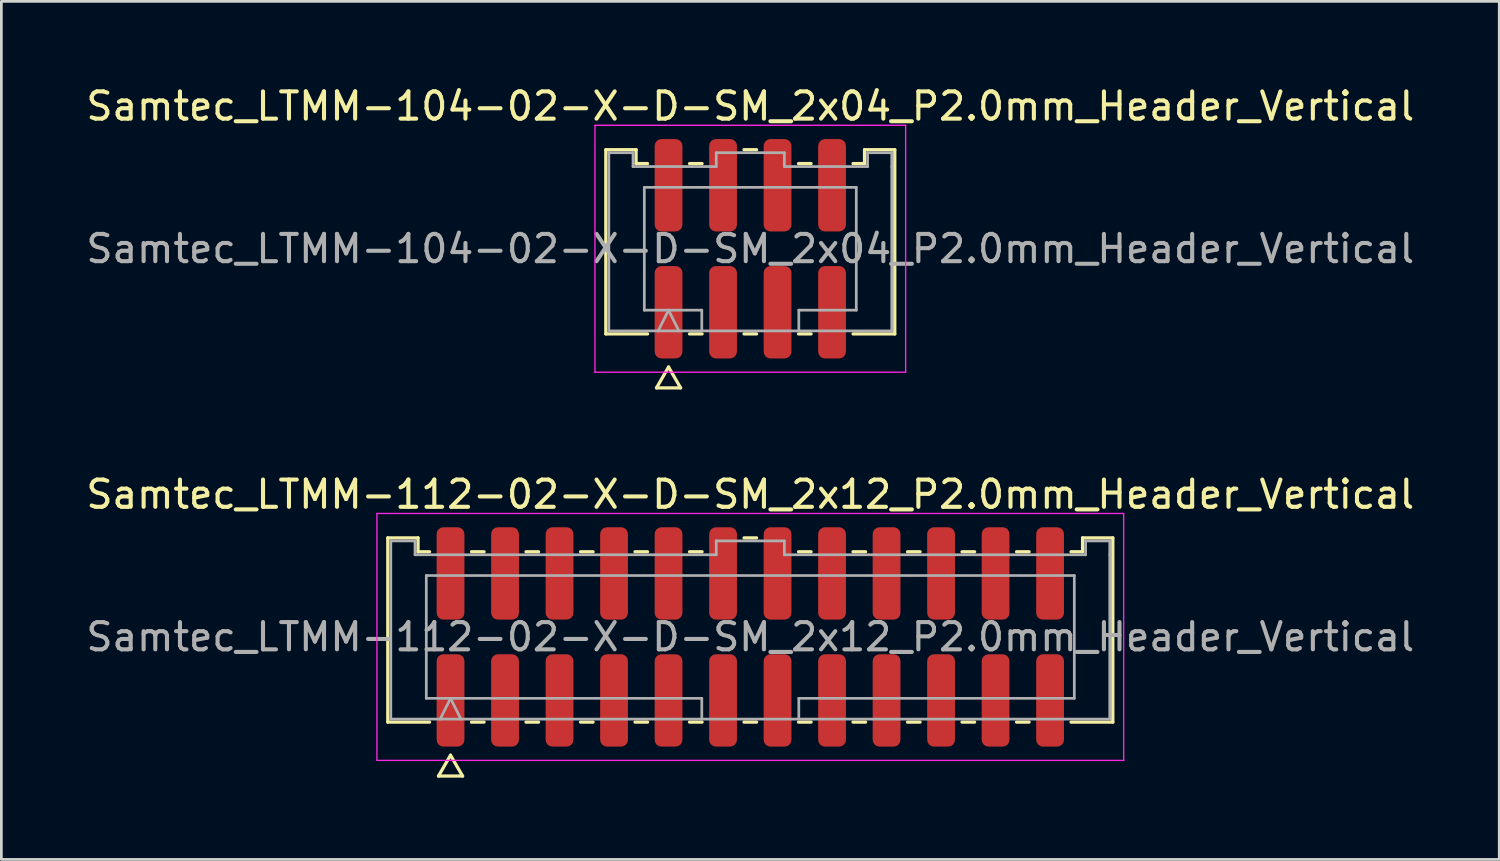
<source format=kicad_pcb>
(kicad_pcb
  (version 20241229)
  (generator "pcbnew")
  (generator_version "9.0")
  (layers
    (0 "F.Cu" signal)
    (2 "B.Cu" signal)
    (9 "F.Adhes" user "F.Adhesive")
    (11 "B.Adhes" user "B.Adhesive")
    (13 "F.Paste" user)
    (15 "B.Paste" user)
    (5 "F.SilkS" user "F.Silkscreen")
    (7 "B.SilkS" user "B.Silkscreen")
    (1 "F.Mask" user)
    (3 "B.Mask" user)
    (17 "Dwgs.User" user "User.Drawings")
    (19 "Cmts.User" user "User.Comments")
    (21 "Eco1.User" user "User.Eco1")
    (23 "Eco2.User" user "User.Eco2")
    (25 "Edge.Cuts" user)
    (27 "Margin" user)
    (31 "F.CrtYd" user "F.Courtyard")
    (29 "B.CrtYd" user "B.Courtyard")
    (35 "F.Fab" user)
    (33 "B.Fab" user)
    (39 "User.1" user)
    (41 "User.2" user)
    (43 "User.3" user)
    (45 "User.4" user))
  (footprint "Samtec_LTMM-112-02-X-D-SM_2x12_P2.0mm_Header_Vertical"
    (layer "F.Cu")
    (at 24.482 20.322)
    (property "Reference" "Samtec_LTMM-112-02-X-D-SM_2x12_P2.0mm_Header_Vertical" (at 0 -5.23 0) (layer "F.SilkS") (effects (font (size 1 1) (thickness 0.15))))
    (attr smd)
    (fp_line (start -13.302 -3.635) (end -12.193 -3.635) (stroke (width 0.12) (type solid)) (layer "F.SilkS"))
    (fp_line (start -13.302 3.125) (end -13.302 -3.635) (stroke (width 0.12) (type solid)) (layer "F.SilkS"))
    (fp_line (start -12.193 -3.635) (end -12.193 -3.125) (stroke (width 0.12) (type solid)) (layer "F.SilkS"))
    (fp_line (start -12.193 -3.125) (end -11.77 -3.125) (stroke (width 0.12) (type solid)) (layer "F.SilkS"))
    (fp_line (start -11.77 3.125) (end -13.302 3.125) (stroke (width 0.12) (type solid)) (layer "F.SilkS"))
    (fp_line (start -11.442 5.105) (end -11 4.34) (stroke (width 0.12) (type solid)) (layer "F.SilkS"))
    (fp_line (start -11 4.34) (end -10.558 5.105) (stroke (width 0.12) (type solid)) (layer "F.SilkS"))
    (fp_line (start -10.558 5.105) (end -11.442 5.105) (stroke (width 0.12) (type solid)) (layer "F.SilkS"))
    (fp_line (start -10.23 -3.125) (end -9.77 -3.125) (stroke (width 0.12) (type solid)) (layer "F.SilkS"))
    (fp_line (start -9.77 3.125) (end -10.23 3.125) (stroke (width 0.12) (type solid)) (layer "F.SilkS"))
    (fp_line (start -8.23 -3.125) (end -7.77 -3.125) (stroke (width 0.12) (type solid)) (layer "F.SilkS"))
    (fp_line (start -7.77 3.125) (end -8.23 3.125) (stroke (width 0.12) (type solid)) (layer "F.SilkS"))
    (fp_line (start -6.23 -3.125) (end -5.77 -3.125) (stroke (width 0.12) (type solid)) (layer "F.SilkS"))
    (fp_line (start -5.77 3.125) (end -6.23 3.125) (stroke (width 0.12) (type solid)) (layer "F.SilkS"))
    (fp_line (start -4.23 -3.125) (end -3.77 -3.125) (stroke (width 0.12) (type solid)) (layer "F.SilkS"))
    (fp_line (start -3.77 3.125) (end -4.23 3.125) (stroke (width 0.12) (type solid)) (layer "F.SilkS"))
    (fp_line (start -2.23 -3.125) (end -1.77 -3.125) (stroke (width 0.12) (type solid)) (layer "F.SilkS"))
    (fp_line (start -1.77 3.125) (end -2.23 3.125) (stroke (width 0.12) (type solid)) (layer "F.SilkS"))
    (fp_line (start -0.23 -3.635) (end 0.23 -3.635) (stroke (width 0.12) (type solid)) (layer "F.SilkS"))
    (fp_line (start 0.23 3.125) (end -0.23 3.125) (stroke (width 0.12) (type solid)) (layer "F.SilkS"))
    (fp_line (start 1.77 -3.125) (end 2.23 -3.125) (stroke (width 0.12) (type solid)) (layer "F.SilkS"))
    (fp_line (start 2.23 3.125) (end 1.77 3.125) (stroke (width 0.12) (type solid)) (layer "F.SilkS"))
    (fp_line (start 3.77 -3.125) (end 4.23 -3.125) (stroke (width 0.12) (type solid)) (layer "F.SilkS"))
    (fp_line (start 4.23 3.125) (end 3.77 3.125) (stroke (width 0.12) (type solid)) (layer "F.SilkS"))
    (fp_line (start 5.77 -3.125) (end 6.23 -3.125) (stroke (width 0.12) (type solid)) (layer "F.SilkS"))
    (fp_line (start 6.23 3.125) (end 5.77 3.125) (stroke (width 0.12) (type solid)) (layer "F.SilkS"))
    (fp_line (start 7.77 -3.125) (end 8.23 -3.125) (stroke (width 0.12) (type solid)) (layer "F.SilkS"))
    (fp_line (start 8.23 3.125) (end 7.77 3.125) (stroke (width 0.12) (type solid)) (layer "F.SilkS"))
    (fp_line (start 9.77 -3.125) (end 10.23 -3.125) (stroke (width 0.12) (type solid)) (layer "F.SilkS"))
    (fp_line (start 10.23 3.125) (end 9.77 3.125) (stroke (width 0.12) (type solid)) (layer "F.SilkS"))
    (fp_line (start 11.77 -3.125) (end 12.193 -3.125) (stroke (width 0.12) (type solid)) (layer "F.SilkS"))
    (fp_line (start 12.193 -3.635) (end 13.302 -3.635) (stroke (width 0.12) (type solid)) (layer "F.SilkS"))
    (fp_line (start 12.193 -3.125) (end 12.193 -3.635) (stroke (width 0.12) (type solid)) (layer "F.SilkS"))
    (fp_line (start 13.302 -3.635) (end 13.302 3.125) (stroke (width 0.12) (type solid)) (layer "F.SilkS"))
    (fp_line (start 13.302 3.125) (end 11.77 3.125) (stroke (width 0.12) (type solid)) (layer "F.SilkS"))
    (fp_line (start -13.7 -4.53) (end -13.7 4.53) (stroke (width 0.05) (type solid)) (layer "F.CrtYd"))
    (fp_line (start -13.7 4.53) (end 13.7 4.53) (stroke (width 0.05) (type solid)) (layer "F.CrtYd"))
    (fp_line (start 13.7 -4.53) (end -13.7 -4.53) (stroke (width 0.05) (type solid)) (layer "F.CrtYd"))
    (fp_line (start 13.7 4.53) (end 13.7 -4.53) (stroke (width 0.05) (type solid)) (layer "F.CrtYd"))
    (fp_line (start -13.191 -3.525) (end -12.303 -3.525) (stroke (width 0.1) (type solid)) (layer "F.Fab"))
    (fp_line (start -13.191 3.015) (end -13.191 -3.525) (stroke (width 0.1) (type solid)) (layer "F.Fab"))
    (fp_line (start -12.303 -3.525) (end -12.303 -3.015) (stroke (width 0.1) (type solid)) (layer "F.Fab"))
    (fp_line (start -12.303 -3.015) (end -1.25 -3.015) (stroke (width 0.1) (type solid)) (layer "F.Fab"))
    (fp_line (start -11.889 -2.253) (end 11.889 -2.253) (stroke (width 0.1) (type solid)) (layer "F.Fab"))
    (fp_line (start -11.889 2.253) (end -11.889 -2.253) (stroke (width 0.1) (type solid)) (layer "F.Fab"))
    (fp_line (start -11.381 3.015) (end -11 2.253) (stroke (width 0.1) (type solid)) (layer "F.Fab"))
    (fp_line (start -11 2.253) (end -10.619 3.015) (stroke (width 0.1) (type solid)) (layer "F.Fab"))
    (fp_line (start -1.78 2.253) (end -11.889 2.253) (stroke (width 0.1) (type solid)) (layer "F.Fab"))
    (fp_line (start -1.78 3.015) (end -1.78 2.253) (stroke (width 0.1) (type solid)) (layer "F.Fab"))
    (fp_line (start -1.25 -3.525) (end 1.25 -3.525) (stroke (width 0.1) (type solid)) (layer "F.Fab"))
    (fp_line (start -1.25 -3.015) (end -1.25 -3.525) (stroke (width 0.1) (type solid)) (layer "F.Fab"))
    (fp_line (start 1.25 -3.525) (end 1.25 -3.015) (stroke (width 0.1) (type solid)) (layer "F.Fab"))
    (fp_line (start 1.25 -3.015) (end 12.303 -3.015) (stroke (width 0.1) (type solid)) (layer "F.Fab"))
    (fp_line (start 1.78 2.253) (end 1.78 3.015) (stroke (width 0.1) (type solid)) (layer "F.Fab"))
    (fp_line (start 11.889 -2.253) (end 11.889 2.253) (stroke (width 0.1) (type solid)) (layer "F.Fab"))
    (fp_line (start 11.889 2.253) (end 1.78 2.253) (stroke (width 0.1) (type solid)) (layer "F.Fab"))
    (fp_line (start 12.303 -3.525) (end 13.191 -3.525) (stroke (width 0.1) (type solid)) (layer "F.Fab"))
    (fp_line (start 12.303 -3.015) (end 12.303 -3.525) (stroke (width 0.1) (type solid)) (layer "F.Fab"))
    (fp_line (start 13.191 -3.525) (end 13.191 -3.015) (stroke (width 0.1) (type solid)) (layer "F.Fab"))
    (fp_line (start 13.191 -3.015) (end 13.191 3.015) (stroke (width 0.1) (type solid)) (layer "F.Fab"))
    (fp_line (start 13.191 3.015) (end -13.191 3.015) (stroke (width 0.1) (type solid)) (layer "F.Fab"))
    (fp_text user "${REFERENCE}" (at 0 0 0) (layer "F.Fab") (effects (font (size 1 1) (thickness 0.15))))
    (pad "1" smd roundrect (at -11 2.33) (size 1.02 3.39) (layers "F.Cu" "F.Mask" "F.Paste") (roundrect_rratio 0.245))
    (pad "2" smd roundrect (at -11 -2.33) (size 1.02 3.39) (layers "F.Cu" "F.Mask" "F.Paste") (roundrect_rratio 0.245))
    (pad "3" smd roundrect (at -9 2.33) (size 1.02 3.39) (layers "F.Cu" "F.Mask" "F.Paste") (roundrect_rratio 0.245))
    (pad "4" smd roundrect (at -9 -2.33) (size 1.02 3.39) (layers "F.Cu" "F.Mask" "F.Paste") (roundrect_rratio 0.245))
    (pad "5" smd roundrect (at -7 2.33) (size 1.02 3.39) (layers "F.Cu" "F.Mask" "F.Paste") (roundrect_rratio 0.245))
    (pad "6" smd roundrect (at -7 -2.33) (size 1.02 3.39) (layers "F.Cu" "F.Mask" "F.Paste") (roundrect_rratio 0.245))
    (pad "7" smd roundrect (at -5 2.33) (size 1.02 3.39) (layers "F.Cu" "F.Mask" "F.Paste") (roundrect_rratio 0.245))
    (pad "8" smd roundrect (at -5 -2.33) (size 1.02 3.39) (layers "F.Cu" "F.Mask" "F.Paste") (roundrect_rratio 0.245))
    (pad "9" smd roundrect (at -3 2.33) (size 1.02 3.39) (layers "F.Cu" "F.Mask" "F.Paste") (roundrect_rratio 0.245))
    (pad "10" smd roundrect (at -3 -2.33) (size 1.02 3.39) (layers "F.Cu" "F.Mask" "F.Paste") (roundrect_rratio 0.245))
    (pad "11" smd roundrect (at -1 2.33) (size 1.02 3.39) (layers "F.Cu" "F.Mask" "F.Paste") (roundrect_rratio 0.245))
    (pad "12" smd roundrect (at -1 -2.33) (size 1.02 3.39) (layers "F.Cu" "F.Mask" "F.Paste") (roundrect_rratio 0.245))
    (pad "13" smd roundrect (at 1 2.33) (size 1.02 3.39) (layers "F.Cu" "F.Mask" "F.Paste") (roundrect_rratio 0.245))
    (pad "14" smd roundrect (at 1 -2.33) (size 1.02 3.39) (layers "F.Cu" "F.Mask" "F.Paste") (roundrect_rratio 0.245))
    (pad "15" smd roundrect (at 3 2.33) (size 1.02 3.39) (layers "F.Cu" "F.Mask" "F.Paste") (roundrect_rratio 0.245))
    (pad "16" smd roundrect (at 3 -2.33) (size 1.02 3.39) (layers "F.Cu" "F.Mask" "F.Paste") (roundrect_rratio 0.245))
    (pad "17" smd roundrect (at 5 2.33) (size 1.02 3.39) (layers "F.Cu" "F.Mask" "F.Paste") (roundrect_rratio 0.245))
    (pad "18" smd roundrect (at 5 -2.33) (size 1.02 3.39) (layers "F.Cu" "F.Mask" "F.Paste") (roundrect_rratio 0.245))
    (pad "19" smd roundrect (at 7 2.33) (size 1.02 3.39) (layers "F.Cu" "F.Mask" "F.Paste") (roundrect_rratio 0.245))
    (pad "20" smd roundrect (at 7 -2.33) (size 1.02 3.39) (layers "F.Cu" "F.Mask" "F.Paste") (roundrect_rratio 0.245))
    (pad "21" smd roundrect (at 9 2.33) (size 1.02 3.39) (layers "F.Cu" "F.Mask" "F.Paste") (roundrect_rratio 0.245))
    (pad "22" smd roundrect (at 9 -2.33) (size 1.02 3.39) (layers "F.Cu" "F.Mask" "F.Paste") (roundrect_rratio 0.245))
    (pad "23" smd roundrect (at 11 2.33) (size 1.02 3.39) (layers "F.Cu" "F.Mask" "F.Paste") (roundrect_rratio 0.245))
    (pad "24" smd roundrect (at 11 -2.33) (size 1.02 3.39) (layers "F.Cu" "F.Mask" "F.Paste") (roundrect_rratio 0.245)))
  (footprint "Samtec_LTMM-104-02-X-D-SM_2x04_P2.0mm_Header_Vertical"
    (layer "F.Cu")
    (at 24.482 6.078)
    (property "Reference" "Samtec_LTMM-104-02-X-D-SM_2x04_P2.0mm_Header_Vertical" (at 0 -5.23 0) (layer "F.SilkS") (effects (font (size 1 1) (thickness 0.15))))
    (attr smd)
    (fp_line (start -5.301 -3.635) (end -4.192 -3.635) (stroke (width 0.12) (type solid)) (layer "F.SilkS"))
    (fp_line (start -5.301 3.125) (end -5.301 -3.635) (stroke (width 0.12) (type solid)) (layer "F.SilkS"))
    (fp_line (start -4.192 -3.635) (end -4.192 -3.125) (stroke (width 0.12) (type solid)) (layer "F.SilkS"))
    (fp_line (start -4.192 -3.125) (end -3.77 -3.125) (stroke (width 0.12) (type solid)) (layer "F.SilkS"))
    (fp_line (start -3.77 3.125) (end -5.301 3.125) (stroke (width 0.12) (type solid)) (layer "F.SilkS"))
    (fp_line (start -3.442 5.105) (end -3 4.34) (stroke (width 0.12) (type solid)) (layer "F.SilkS"))
    (fp_line (start -3 4.34) (end -2.558 5.105) (stroke (width 0.12) (type solid)) (layer "F.SilkS"))
    (fp_line (start -2.558 5.105) (end -3.442 5.105) (stroke (width 0.12) (type solid)) (layer "F.SilkS"))
    (fp_line (start -2.23 -3.125) (end -1.77 -3.125) (stroke (width 0.12) (type solid)) (layer "F.SilkS"))
    (fp_line (start -1.77 3.125) (end -2.23 3.125) (stroke (width 0.12) (type solid)) (layer "F.SilkS"))
    (fp_line (start -0.23 -3.635) (end 0.23 -3.635) (stroke (width 0.12) (type solid)) (layer "F.SilkS"))
    (fp_line (start 0.23 3.125) (end -0.23 3.125) (stroke (width 0.12) (type solid)) (layer "F.SilkS"))
    (fp_line (start 1.77 -3.125) (end 2.23 -3.125) (stroke (width 0.12) (type solid)) (layer "F.SilkS"))
    (fp_line (start 2.23 3.125) (end 1.77 3.125) (stroke (width 0.12) (type solid)) (layer "F.SilkS"))
    (fp_line (start 3.77 -3.125) (end 4.192 -3.125) (stroke (width 0.12) (type solid)) (layer "F.SilkS"))
    (fp_line (start 4.192 -3.635) (end 5.301 -3.635) (stroke (width 0.12) (type solid)) (layer "F.SilkS"))
    (fp_line (start 4.192 -3.125) (end 4.192 -3.635) (stroke (width 0.12) (type solid)) (layer "F.SilkS"))
    (fp_line (start 5.301 -3.635) (end 5.301 3.125) (stroke (width 0.12) (type solid)) (layer "F.SilkS"))
    (fp_line (start 5.301 3.125) (end 3.77 3.125) (stroke (width 0.12) (type solid)) (layer "F.SilkS"))
    (fp_line (start -5.7 -4.53) (end -5.7 4.53) (stroke (width 0.05) (type solid)) (layer "F.CrtYd"))
    (fp_line (start -5.7 4.53) (end 5.7 4.53) (stroke (width 0.05) (type solid)) (layer "F.CrtYd"))
    (fp_line (start 5.7 -4.53) (end -5.7 -4.53) (stroke (width 0.05) (type solid)) (layer "F.CrtYd"))
    (fp_line (start 5.7 4.53) (end 5.7 -4.53) (stroke (width 0.05) (type solid)) (layer "F.CrtYd"))
    (fp_line (start -5.191 -3.525) (end -4.303 -3.525) (stroke (width 0.1) (type solid)) (layer "F.Fab"))
    (fp_line (start -5.191 3.015) (end -5.191 -3.525) (stroke (width 0.1) (type solid)) (layer "F.Fab"))
    (fp_line (start -4.303 -3.525) (end -4.303 -3.015) (stroke (width 0.1) (type solid)) (layer "F.Fab"))
    (fp_line (start -4.303 -3.015) (end -1.25 -3.015) (stroke (width 0.1) (type solid)) (layer "F.Fab"))
    (fp_line (start -3.889 -2.253) (end 3.889 -2.253) (stroke (width 0.1) (type solid)) (layer "F.Fab"))
    (fp_line (start -3.889 2.253) (end -3.889 -2.253) (stroke (width 0.1) (type solid)) (layer "F.Fab"))
    (fp_line (start -3.381 3.015) (end -3 2.253) (stroke (width 0.1) (type solid)) (layer "F.Fab"))
    (fp_line (start -3 2.253) (end -2.619 3.015) (stroke (width 0.1) (type solid)) (layer "F.Fab"))
    (fp_line (start -1.78 2.253) (end -3.889 2.253) (stroke (width 0.1) (type solid)) (layer "F.Fab"))
    (fp_line (start -1.78 3.015) (end -1.78 2.253) (stroke (width 0.1) (type solid)) (layer "F.Fab"))
    (fp_line (start -1.25 -3.525) (end 1.25 -3.525) (stroke (width 0.1) (type solid)) (layer "F.Fab"))
    (fp_line (start -1.25 -3.015) (end -1.25 -3.525) (stroke (width 0.1) (type solid)) (layer "F.Fab"))
    (fp_line (start 1.25 -3.525) (end 1.25 -3.015) (stroke (width 0.1) (type solid)) (layer "F.Fab"))
    (fp_line (start 1.25 -3.015) (end 4.303 -3.015) (stroke (width 0.1) (type solid)) (layer "F.Fab"))
    (fp_line (start 1.78 2.253) (end 1.78 3.015) (stroke (width 0.1) (type solid)) (layer "F.Fab"))
    (fp_line (start 3.889 -2.253) (end 3.889 2.253) (stroke (width 0.1) (type solid)) (layer "F.Fab"))
    (fp_line (start 3.889 2.253) (end 1.78 2.253) (stroke (width 0.1) (type solid)) (layer "F.Fab"))
    (fp_line (start 4.303 -3.525) (end 5.191 -3.525) (stroke (width 0.1) (type solid)) (layer "F.Fab"))
    (fp_line (start 4.303 -3.015) (end 4.303 -3.525) (stroke (width 0.1) (type solid)) (layer "F.Fab"))
    (fp_line (start 5.191 -3.525) (end 5.191 -3.015) (stroke (width 0.1) (type solid)) (layer "F.Fab"))
    (fp_line (start 5.191 -3.015) (end 5.191 3.015) (stroke (width 0.1) (type solid)) (layer "F.Fab"))
    (fp_line (start 5.191 3.015) (end -5.191 3.015) (stroke (width 0.1) (type solid)) (layer "F.Fab"))
    (fp_text user "${REFERENCE}" (at 0 0 0) (layer "F.Fab") (effects (font (size 1 1) (thickness 0.15))))
    (pad "1" smd roundrect (at -3 2.33) (size 1.02 3.39) (layers "F.Cu" "F.Mask" "F.Paste") (roundrect_rratio 0.245))
    (pad "2" smd roundrect (at -3 -2.33) (size 1.02 3.39) (layers "F.Cu" "F.Mask" "F.Paste") (roundrect_rratio 0.245))
    (pad "3" smd roundrect (at -1 2.33) (size 1.02 3.39) (layers "F.Cu" "F.Mask" "F.Paste") (roundrect_rratio 0.245))
    (pad "4" smd roundrect (at -1 -2.33) (size 1.02 3.39) (layers "F.Cu" "F.Mask" "F.Paste") (roundrect_rratio 0.245))
    (pad "5" smd roundrect (at 1 2.33) (size 1.02 3.39) (layers "F.Cu" "F.Mask" "F.Paste") (roundrect_rratio 0.245))
    (pad "6" smd roundrect (at 1 -2.33) (size 1.02 3.39) (layers "F.Cu" "F.Mask" "F.Paste") (roundrect_rratio 0.245))
    (pad "7" smd roundrect (at 3 2.33) (size 1.02 3.39) (layers "F.Cu" "F.Mask" "F.Paste") (roundrect_rratio 0.245))
    (pad "8" smd roundrect (at 3 -2.33) (size 1.02 3.39) (layers "F.Cu" "F.Mask" "F.Paste") (roundrect_rratio 0.245)))
  (gr_rect
    (start -3 -3)
    (end 51.964 28.486)
    (stroke (width 0.1) (type default))
    (fill no)
    (layer "Edge.Cuts")))
</source>
